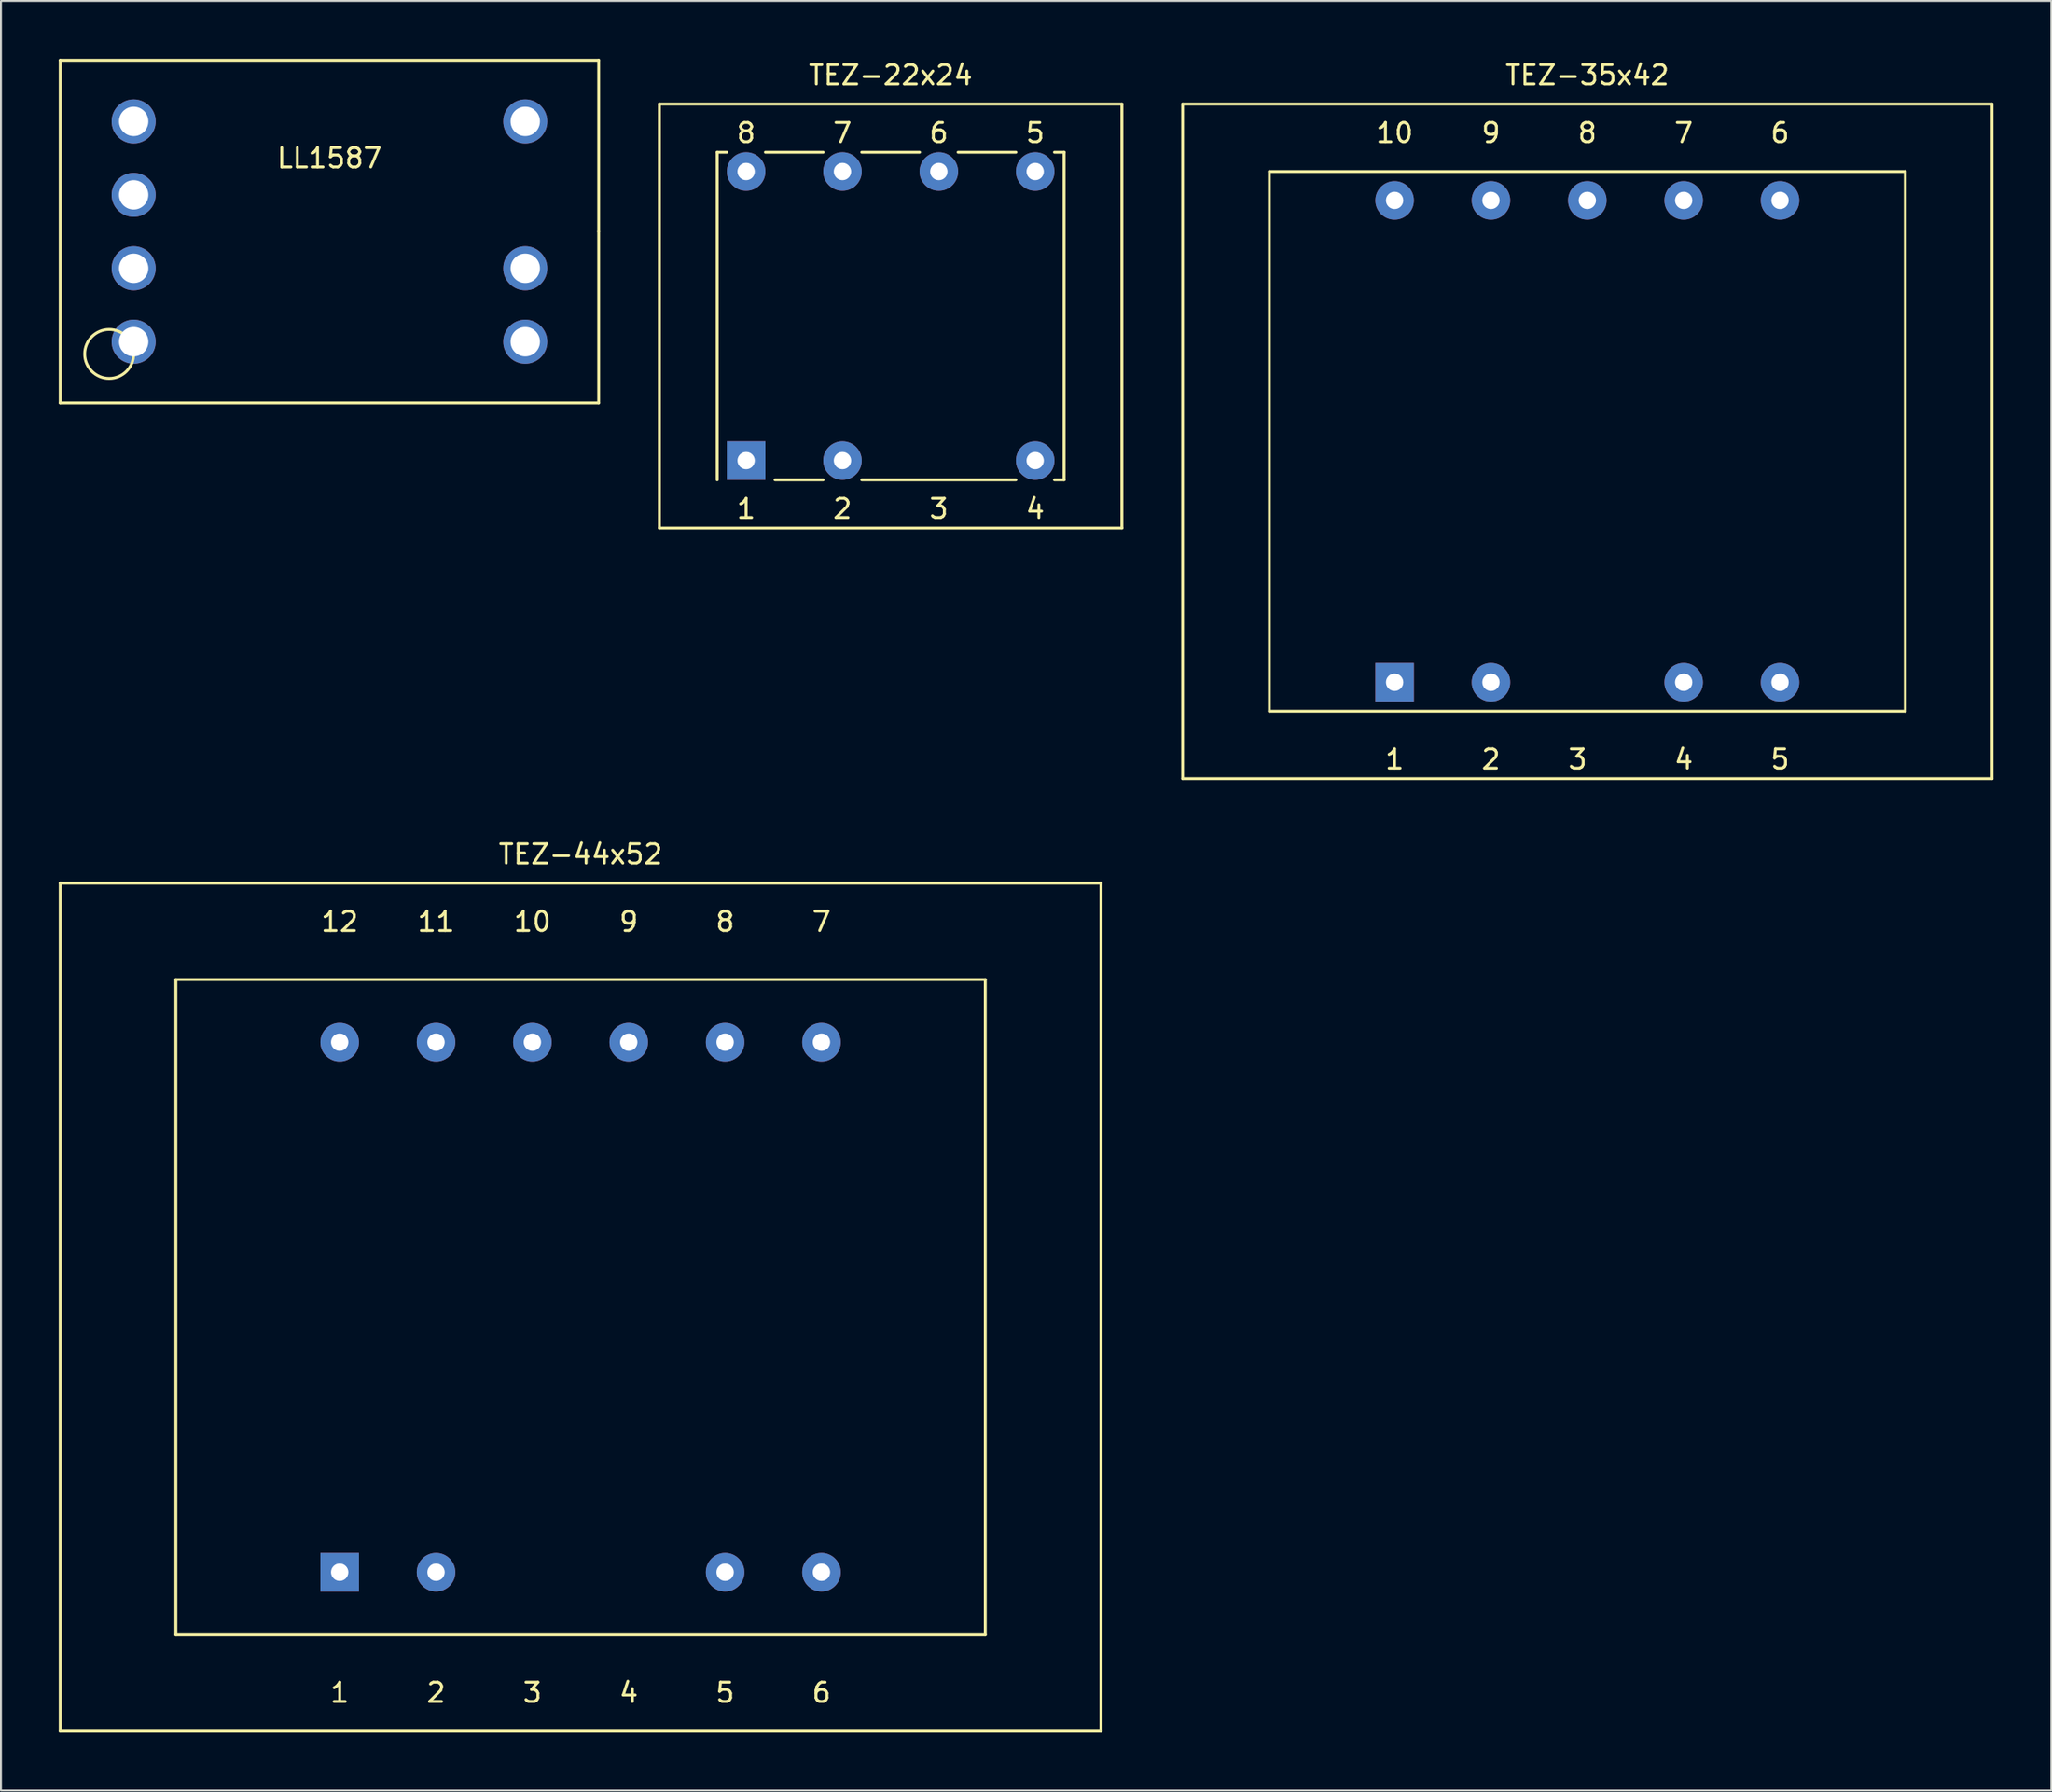
<source format=kicad_pcb>
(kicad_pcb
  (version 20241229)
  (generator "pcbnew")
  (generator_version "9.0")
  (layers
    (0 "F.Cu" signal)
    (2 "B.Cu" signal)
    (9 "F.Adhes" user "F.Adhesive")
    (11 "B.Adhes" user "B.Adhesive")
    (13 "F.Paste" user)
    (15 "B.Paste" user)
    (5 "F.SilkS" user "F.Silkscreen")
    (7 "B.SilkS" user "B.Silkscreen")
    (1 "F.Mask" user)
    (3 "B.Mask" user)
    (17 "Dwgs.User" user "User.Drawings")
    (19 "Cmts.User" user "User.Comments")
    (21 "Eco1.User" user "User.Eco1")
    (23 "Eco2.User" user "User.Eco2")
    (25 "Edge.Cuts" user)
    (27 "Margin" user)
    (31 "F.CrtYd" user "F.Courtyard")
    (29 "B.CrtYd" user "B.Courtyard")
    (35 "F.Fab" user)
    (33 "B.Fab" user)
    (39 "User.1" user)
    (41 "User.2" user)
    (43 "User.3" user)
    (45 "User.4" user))
  (footprint "TEZ-22x24"
    (layer "F.Cu")
    (at 43.165 13.348)
    (property "Reference" "TEZ-22x24" (at 0 -12.5 0) (layer "F.SilkS") (effects (font (size 1 1) (thickness 0.15))))
    (attr through_hole)
    (fp_line (start -12 -11) (end 12 -11) (stroke (width 0.15) (type solid)) (layer "F.SilkS"))
    (fp_line (start -12 11) (end -12 -11) (stroke (width 0.15) (type solid)) (layer "F.SilkS"))
    (fp_line (start -9 8.5) (end -9 -8.5) (stroke (width 0.15) (type solid)) (layer "F.SilkS"))
    (fp_line (start -8.5 -8.5) (end -9 -8.5) (stroke (width 0.15) (type solid)) (layer "F.SilkS"))
    (fp_line (start -6.5 -8.5) (end -3.5 -8.5) (stroke (width 0.15) (type solid)) (layer "F.SilkS"))
    (fp_line (start -3.5 8.5) (end -6 8.5) (stroke (width 0.15) (type solid)) (layer "F.SilkS"))
    (fp_line (start -1.5 -8.5) (end 1.5 -8.5) (stroke (width 0.15) (type solid)) (layer "F.SilkS"))
    (fp_line (start -1.5 8.5) (end 6.5 8.5) (stroke (width 0.15) (type solid)) (layer "F.SilkS"))
    (fp_line (start 3.5 -8.5) (end 6.5 -8.5) (stroke (width 0.15) (type solid)) (layer "F.SilkS"))
    (fp_line (start 8.5 -8.5) (end 9 -8.5) (stroke (width 0.15) (type solid)) (layer "F.SilkS"))
    (fp_line (start 8.5 8.5) (end 9 8.5) (stroke (width 0.15) (type solid)) (layer "F.SilkS"))
    (fp_line (start 9 8.5) (end 9 -8.5) (stroke (width 0.15) (type solid)) (layer "F.SilkS"))
    (fp_line (start 12 -11) (end 12 11) (stroke (width 0.15) (type solid)) (layer "F.SilkS"))
    (fp_line (start 12 11) (end -12 11) (stroke (width 0.15) (type solid)) (layer "F.SilkS"))
    (fp_text user "7" (at -2.5 -9.5 0) (layer "F.SilkS") (effects (font (size 1 1) (thickness 0.15))))
    (fp_text user "1" (at -7.5 10 0) (layer "F.SilkS") (effects (font (size 1 1) (thickness 0.15))))
    (fp_text user "6" (at 2.5 -9.5 0) (layer "F.SilkS") (effects (font (size 1 1) (thickness 0.15))))
    (fp_text user "4" (at 7.5 10 0) (layer "F.SilkS") (effects (font (size 1 1) (thickness 0.15))))
    (fp_text user "2" (at -2.5 10 0) (layer "F.SilkS") (effects (font (size 1 1) (thickness 0.15))))
    (fp_text user "3" (at 2.5 10 0) (layer "F.SilkS") (effects (font (size 1 1) (thickness 0.15))))
    (fp_text user "5" (at 7.5 -9.5 0) (layer "F.SilkS") (effects (font (size 1 1) (thickness 0.15))))
    (fp_text user "8" (at -7.5 -9.5 0) (layer "F.SilkS") (effects (font (size 1 1) (thickness 0.15))))
    (pad "1" thru_hole rect (at -7.5 7.5) (size 2 2) (drill 0.9) (layers "*.Cu" "*.Mask"))
    (pad "2" thru_hole circle (at -2.5 7.5) (size 2 2) (drill 0.9) (layers "*.Cu" "*.Mask"))
    (pad "4" thru_hole circle (at 7.5 7.5) (size 2 2) (drill 0.9) (layers "*.Cu" "*.Mask"))
    (pad "5" thru_hole circle (at 7.5 -7.5) (size 2 2) (drill 0.9) (layers "*.Cu" "*.Mask"))
    (pad "6" thru_hole circle (at 2.5 -7.5) (size 2 2) (drill 0.9) (layers "*.Cu" "*.Mask"))
    (pad "7" thru_hole circle (at -2.5 -7.5) (size 2 2) (drill 0.9) (layers "*.Cu" "*.Mask"))
    (pad "8" thru_hole circle (at -7.5 -7.5) (size 2 2) (drill 0.9) (layers "*.Cu" "*.Mask")))
  (footprint "LL1587"
    (layer "F.Cu")
    (at 14.045 8.965)
    (property "Reference" "LL1587" (at 0 -3.81 0) (layer "F.SilkS") (effects (font (size 1 1) (thickness 0.15))))
    (attr through_hole)
    (fp_line (start -13.97 -8.89) (end -13.97 8.89) (stroke (width 0.15) (type solid)) (layer "F.SilkS"))
    (fp_line (start -13.97 8.89) (end 13.97 8.89) (stroke (width 0.15) (type solid)) (layer "F.SilkS"))
    (fp_line (start 13.97 -8.89) (end -13.97 -8.89) (stroke (width 0.15) (type solid)) (layer "F.SilkS"))
    (fp_line (start 13.97 0) (end 13.97 -8.89) (stroke (width 0.15) (type solid)) (layer "F.SilkS"))
    (fp_line (start 13.97 8.89) (end 13.97 0) (stroke (width 0.15) (type solid)) (layer "F.SilkS"))
    (fp_circle (center -11.43 6.35) (end -11.43 5.08) (stroke (width 0.15) (type solid)) (fill no) (layer "F.SilkS"))
    (pad "1" thru_hole circle (at -10.16 5.715) (size 2.286 2.286) (drill 1.524) (layers "*.Cu" "*.Mask"))
    (pad "2" thru_hole circle (at -10.16 1.905) (size 2.286 2.286) (drill 1.524) (layers "*.Cu" "*.Mask"))
    (pad "3" thru_hole circle (at -10.16 -1.905) (size 2.286 2.286) (drill 1.524) (layers "*.Cu" "*.Mask"))
    (pad "4" thru_hole circle (at -10.16 -5.715) (size 2.286 2.286) (drill 1.524) (layers "*.Cu" "*.Mask"))
    (pad "5" thru_hole circle (at 10.16 5.715) (size 2.286 2.286) (drill 1.524) (layers "*.Cu" "*.Mask"))
    (pad "6" thru_hole circle (at 10.16 1.905) (size 2.286 2.286) (drill 1.524) (layers "*.Cu" "*.Mask"))
    (pad "8" thru_hole circle (at 10.16 -5.715) (size 2.286 2.286) (drill 1.524) (layers "*.Cu" "*.Mask")))
  (footprint "TEZ-44x52"
    (layer "F.Cu")
    (at 27.075 64.772)
    (property "Reference" "TEZ-44x52" (at 0 -23.5 0) (layer "F.SilkS") (effects (font (size 1 1) (thickness 0.15))))
    (attr through_hole)
    (fp_line (start -27 -22) (end 27 -22) (stroke (width 0.15) (type solid)) (layer "F.SilkS"))
    (fp_line (start -27 22) (end -27 -22) (stroke (width 0.15) (type solid)) (layer "F.SilkS"))
    (fp_line (start -21 -17) (end 21 -17) (stroke (width 0.15) (type solid)) (layer "F.SilkS"))
    (fp_line (start -21 17) (end -21 -17) (stroke (width 0.15) (type solid)) (layer "F.SilkS"))
    (fp_line (start 21 -17) (end 21 17) (stroke (width 0.15) (type solid)) (layer "F.SilkS"))
    (fp_line (start 21 17) (end -21 17) (stroke (width 0.15) (type solid)) (layer "F.SilkS"))
    (fp_line (start 27 -22) (end 27 22) (stroke (width 0.15) (type solid)) (layer "F.SilkS"))
    (fp_line (start 27 22) (end -27 22) (stroke (width 0.15) (type solid)) (layer "F.SilkS"))
    (fp_text user "4" (at 2.5 20 0) (layer "F.SilkS") (effects (font (size 1 1) (thickness 0.15))))
    (fp_text user "10" (at -2.5 -20 0) (layer "F.SilkS") (effects (font (size 1 1) (thickness 0.15))))
    (fp_text user "9" (at 2.5 -20 0) (layer "F.SilkS") (effects (font (size 1 1) (thickness 0.15))))
    (fp_text user "11" (at -7.5 -20 0) (layer "F.SilkS") (effects (font (size 1 1) (thickness 0.15))))
    (fp_text user "12" (at -12.5 -20 0) (layer "F.SilkS") (effects (font (size 1 1) (thickness 0.15))))
    (fp_text user "6" (at 12.5 20 0) (layer "F.SilkS") (effects (font (size 1 1) (thickness 0.15))))
    (fp_text user "7" (at 12.5 -20 0) (layer "F.SilkS") (effects (font (size 1 1) (thickness 0.15))))
    (fp_text user "5" (at 7.5 20 0) (layer "F.SilkS") (effects (font (size 1 1) (thickness 0.15))))
    (fp_text user "3" (at -2.5 20 0) (layer "F.SilkS") (effects (font (size 1 1) (thickness 0.15))))
    (fp_text user "1" (at -12.5 20 0) (layer "F.SilkS") (effects (font (size 1 1) (thickness 0.15))))
    (fp_text user "8" (at 7.5 -20 0) (layer "F.SilkS") (effects (font (size 1 1) (thickness 0.15))))
    (fp_text user "2" (at -7.5 20 0) (layer "F.SilkS") (effects (font (size 1 1) (thickness 0.15))))
    (pad "1" thru_hole rect (at -12.5 13.75) (size 2 2) (drill 0.9) (layers "*.Cu" "*.Mask"))
    (pad "2" thru_hole circle (at -7.5 13.75) (size 2 2) (drill 0.9) (layers "*.Cu" "*.Mask"))
    (pad "5" thru_hole circle (at 7.5 13.75) (size 2 2) (drill 0.9) (layers "*.Cu" "*.Mask"))
    (pad "6" thru_hole circle (at 12.5 13.75) (size 2 2) (drill 0.9) (layers "*.Cu" "*.Mask"))
    (pad "7" thru_hole circle (at 12.5 -13.75) (size 2 2) (drill 0.9) (layers "*.Cu" "*.Mask"))
    (pad "8" thru_hole circle (at 7.5 -13.75) (size 2 2) (drill 0.9) (layers "*.Cu" "*.Mask"))
    (pad "9" thru_hole circle (at 2.5 -13.75) (size 2 2) (drill 0.9) (layers "*.Cu" "*.Mask"))
    (pad "10" thru_hole circle (at -2.5 -13.75) (size 2 2) (drill 0.9) (layers "*.Cu" "*.Mask"))
    (pad "11" thru_hole circle (at -7.5 -13.75) (size 2 2) (drill 0.9) (layers "*.Cu" "*.Mask"))
    (pad "12" thru_hole circle (at -12.5 -13.75) (size 2 2) (drill 0.9) (layers "*.Cu" "*.Mask")))
  (footprint "TEZ-35x42"
    (layer "F.Cu")
    (at 79.315 19.848)
    (property "Reference" "TEZ-35x42" (at 0 -19 0) (layer "F.SilkS") (effects (font (size 1 1) (thickness 0.15))))
    (attr through_hole)
    (fp_line (start -21 -17.5) (end 21 -17.5) (stroke (width 0.15) (type solid)) (layer "F.SilkS"))
    (fp_line (start -21 17.5) (end -21 -17.5) (stroke (width 0.15) (type solid)) (layer "F.SilkS"))
    (fp_line (start -16.5 -14) (end 16.5 -14) (stroke (width 0.15) (type solid)) (layer "F.SilkS"))
    (fp_line (start -16.5 14) (end -16.5 -14) (stroke (width 0.15) (type solid)) (layer "F.SilkS"))
    (fp_line (start 16.5 -14) (end 16.5 14) (stroke (width 0.15) (type solid)) (layer "F.SilkS"))
    (fp_line (start 16.5 14) (end -16.5 14) (stroke (width 0.15) (type solid)) (layer "F.SilkS"))
    (fp_line (start 21 -17.5) (end 21 17.5) (stroke (width 0.15) (type solid)) (layer "F.SilkS"))
    (fp_line (start 21 17.5) (end -21 17.5) (stroke (width 0.15) (type solid)) (layer "F.SilkS"))
    (fp_text user "5" (at 10 16.5 0) (layer "F.SilkS") (effects (font (size 1 1) (thickness 0.15))))
    (fp_text user "9" (at -5 -16 0) (layer "F.SilkS") (effects (font (size 1 1) (thickness 0.15))))
    (fp_text user "4" (at 5 16.5 0) (layer "F.SilkS") (effects (font (size 1 1) (thickness 0.15))))
    (fp_text user "7" (at 5 -16 0) (layer "F.SilkS") (effects (font (size 1 1) (thickness 0.15))))
    (fp_text user "3" (at -0.5 16.5 0) (layer "F.SilkS") (effects (font (size 1 1) (thickness 0.15))))
    (fp_text user "6" (at 10 -16 0) (layer "F.SilkS") (effects (font (size 1 1) (thickness 0.15))))
    (fp_text user "10" (at -10 -16 0) (layer "F.SilkS") (effects (font (size 1 1) (thickness 0.15))))
    (fp_text user "2" (at -5 16.5 0) (layer "F.SilkS") (effects (font (size 1 1) (thickness 0.15))))
    (fp_text user "8" (at 0 -16 0) (layer "F.SilkS") (effects (font (size 1 1) (thickness 0.15))))
    (fp_text user "1" (at -10 16.5 0) (layer "F.SilkS") (effects (font (size 1 1) (thickness 0.15))))
    (pad "1" thru_hole rect (at -10 12.5) (size 2 2) (drill 0.9) (layers "*.Cu" "*.Mask"))
    (pad "2" thru_hole circle (at -5 12.5) (size 2 2) (drill 0.9) (layers "*.Cu" "*.Mask"))
    (pad "4" thru_hole circle (at 5 12.5) (size 2 2) (drill 0.9) (layers "*.Cu" "*.Mask"))
    (pad "5" thru_hole circle (at 10 12.5) (size 2 2) (drill 0.9) (layers "*.Cu" "*.Mask"))
    (pad "6" thru_hole circle (at 10 -12.5) (size 2 2) (drill 0.9) (layers "*.Cu" "*.Mask"))
    (pad "7" thru_hole circle (at 5 -12.5) (size 2 2) (drill 0.9) (layers "*.Cu" "*.Mask"))
    (pad "8" thru_hole circle (at 0 -12.5) (size 2 2) (drill 0.9) (layers "*.Cu" "*.Mask"))
    (pad "9" thru_hole circle (at -5 -12.5) (size 2 2) (drill 0.9) (layers "*.Cu" "*.Mask"))
    (pad "10" thru_hole circle (at -10 -12.5) (size 2 2) (drill 0.9) (layers "*.Cu" "*.Mask")))
  (gr_rect
    (start -3 -3)
    (end 103.39 89.847)
    (stroke (width 0.1) (type default))
    (fill no)
    (layer "Edge.Cuts")))
</source>
